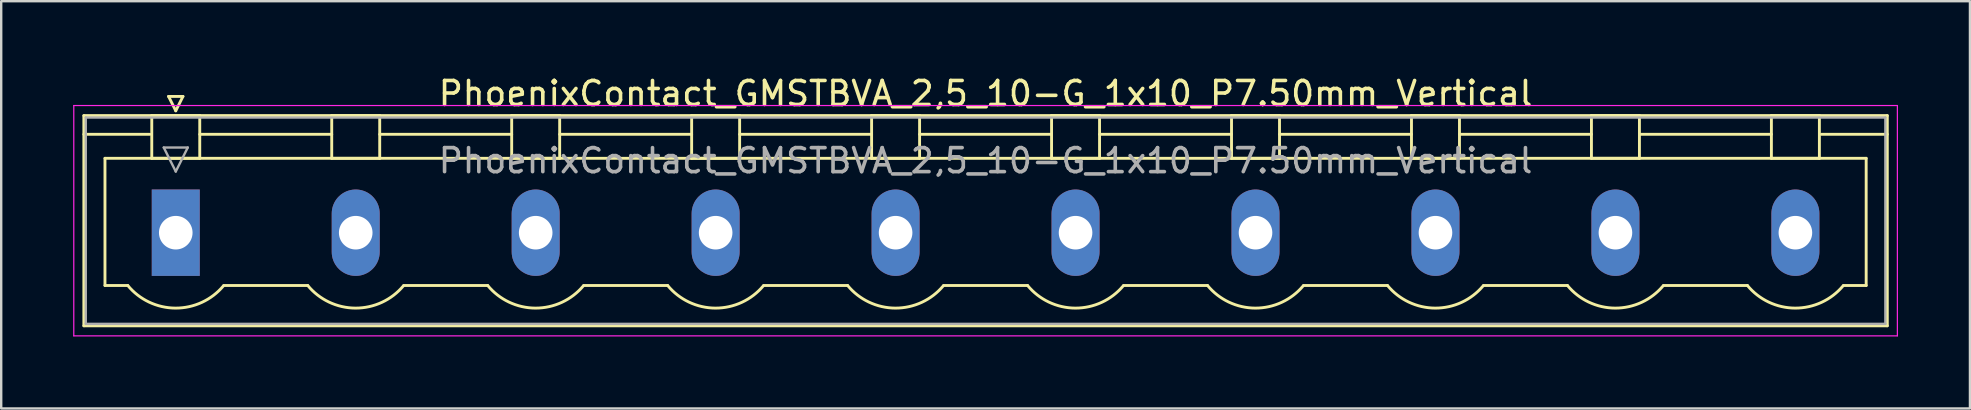
<source format=kicad_pcb>
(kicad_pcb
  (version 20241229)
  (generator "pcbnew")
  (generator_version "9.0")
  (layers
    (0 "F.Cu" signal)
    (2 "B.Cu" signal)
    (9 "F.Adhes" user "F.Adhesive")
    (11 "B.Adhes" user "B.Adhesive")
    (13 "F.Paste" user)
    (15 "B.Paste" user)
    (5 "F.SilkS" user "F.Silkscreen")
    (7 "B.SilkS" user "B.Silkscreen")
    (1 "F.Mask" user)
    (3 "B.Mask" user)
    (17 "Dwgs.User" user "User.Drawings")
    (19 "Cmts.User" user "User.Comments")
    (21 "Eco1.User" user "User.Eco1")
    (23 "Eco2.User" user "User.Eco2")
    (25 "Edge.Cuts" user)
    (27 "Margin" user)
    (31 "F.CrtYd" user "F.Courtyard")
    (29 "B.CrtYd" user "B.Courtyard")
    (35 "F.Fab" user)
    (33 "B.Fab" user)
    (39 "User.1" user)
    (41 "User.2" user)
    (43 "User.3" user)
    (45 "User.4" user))
  (footprint "PhoenixContact_GMSTBVA_2,5_10-G_1x10_P7.50mm_Vertical"
    (layer "F.Cu")
    (at 4.275 6.648)
    (property "Reference" "PhoenixContact_GMSTBVA_2,5_10-G_1x10_P7.50mm_Vertical" (at 33.75 -5.8 0) (layer "F.SilkS") (effects (font (size 1 1) (thickness 0.15))))
    (attr through_hole)
    (fp_line (start -3.83 -4.88) (end -3.83 3.88) (stroke (width 0.12) (type solid)) (layer "F.SilkS"))
    (fp_line (start -3.83 -4.1) (end -1.08 -4.1) (stroke (width 0.12) (type solid)) (layer "F.SilkS"))
    (fp_line (start -3.83 3.88) (end 71.33 3.88) (stroke (width 0.12) (type solid)) (layer "F.SilkS"))
    (fp_line (start -2.95 -3.1) (end 70.45 -3.1) (stroke (width 0.12) (type solid)) (layer "F.SilkS"))
    (fp_line (start -2.95 2.2) (end -2.95 -3.1) (stroke (width 0.12) (type solid)) (layer "F.SilkS"))
    (fp_line (start -2 2.2) (end -2.95 2.2) (stroke (width 0.12) (type solid)) (layer "F.SilkS"))
    (fp_line (start -1 -4.88) (end 1 -4.88) (stroke (width 0.12) (type solid)) (layer "F.SilkS"))
    (fp_line (start -1 -3.1) (end -1 -4.88) (stroke (width 0.12) (type solid)) (layer "F.SilkS"))
    (fp_line (start -0.3 -5.68) (end 0.3 -5.68) (stroke (width 0.12) (type solid)) (layer "F.SilkS"))
    (fp_line (start 0 -5.08) (end -0.3 -5.68) (stroke (width 0.12) (type solid)) (layer "F.SilkS"))
    (fp_line (start 0.3 -5.68) (end 0 -5.08) (stroke (width 0.12) (type solid)) (layer "F.SilkS"))
    (fp_line (start 1 -4.88) (end 1 -3.1) (stroke (width 0.12) (type solid)) (layer "F.SilkS"))
    (fp_line (start 1 -4.1) (end 6.5 -4.1) (stroke (width 0.12) (type solid)) (layer "F.SilkS"))
    (fp_line (start 1 -3.1) (end -1 -3.1) (stroke (width 0.12) (type solid)) (layer "F.SilkS"))
    (fp_line (start 2 2.2) (end 5.5 2.2) (stroke (width 0.12) (type solid)) (layer "F.SilkS"))
    (fp_line (start 6.5 -4.88) (end 8.5 -4.88) (stroke (width 0.12) (type solid)) (layer "F.SilkS"))
    (fp_line (start 6.5 -3.1) (end 6.5 -4.88) (stroke (width 0.12) (type solid)) (layer "F.SilkS"))
    (fp_line (start 8.5 -4.88) (end 8.5 -3.1) (stroke (width 0.12) (type solid)) (layer "F.SilkS"))
    (fp_line (start 8.5 -4.1) (end 14 -4.1) (stroke (width 0.12) (type solid)) (layer "F.SilkS"))
    (fp_line (start 8.5 -3.1) (end 6.5 -3.1) (stroke (width 0.12) (type solid)) (layer "F.SilkS"))
    (fp_line (start 9.5 2.2) (end 13 2.2) (stroke (width 0.12) (type solid)) (layer "F.SilkS"))
    (fp_line (start 14 -4.88) (end 16 -4.88) (stroke (width 0.12) (type solid)) (layer "F.SilkS"))
    (fp_line (start 14 -3.1) (end 14 -4.88) (stroke (width 0.12) (type solid)) (layer "F.SilkS"))
    (fp_line (start 16 -4.88) (end 16 -3.1) (stroke (width 0.12) (type solid)) (layer "F.SilkS"))
    (fp_line (start 16 -4.1) (end 21.5 -4.1) (stroke (width 0.12) (type solid)) (layer "F.SilkS"))
    (fp_line (start 16 -3.1) (end 14 -3.1) (stroke (width 0.12) (type solid)) (layer "F.SilkS"))
    (fp_line (start 17 2.2) (end 20.5 2.2) (stroke (width 0.12) (type solid)) (layer "F.SilkS"))
    (fp_line (start 21.5 -4.88) (end 23.5 -4.88) (stroke (width 0.12) (type solid)) (layer "F.SilkS"))
    (fp_line (start 21.5 -3.1) (end 21.5 -4.88) (stroke (width 0.12) (type solid)) (layer "F.SilkS"))
    (fp_line (start 23.5 -4.88) (end 23.5 -3.1) (stroke (width 0.12) (type solid)) (layer "F.SilkS"))
    (fp_line (start 23.5 -4.1) (end 29 -4.1) (stroke (width 0.12) (type solid)) (layer "F.SilkS"))
    (fp_line (start 23.5 -3.1) (end 21.5 -3.1) (stroke (width 0.12) (type solid)) (layer "F.SilkS"))
    (fp_line (start 24.5 2.2) (end 28 2.2) (stroke (width 0.12) (type solid)) (layer "F.SilkS"))
    (fp_line (start 29 -4.88) (end 31 -4.88) (stroke (width 0.12) (type solid)) (layer "F.SilkS"))
    (fp_line (start 29 -3.1) (end 29 -4.88) (stroke (width 0.12) (type solid)) (layer "F.SilkS"))
    (fp_line (start 31 -4.88) (end 31 -3.1) (stroke (width 0.12) (type solid)) (layer "F.SilkS"))
    (fp_line (start 31 -4.1) (end 36.5 -4.1) (stroke (width 0.12) (type solid)) (layer "F.SilkS"))
    (fp_line (start 31 -3.1) (end 29 -3.1) (stroke (width 0.12) (type solid)) (layer "F.SilkS"))
    (fp_line (start 32 2.2) (end 35.5 2.2) (stroke (width 0.12) (type solid)) (layer "F.SilkS"))
    (fp_line (start 36.5 -4.88) (end 38.5 -4.88) (stroke (width 0.12) (type solid)) (layer "F.SilkS"))
    (fp_line (start 36.5 -3.1) (end 36.5 -4.88) (stroke (width 0.12) (type solid)) (layer "F.SilkS"))
    (fp_line (start 38.5 -4.88) (end 38.5 -3.1) (stroke (width 0.12) (type solid)) (layer "F.SilkS"))
    (fp_line (start 38.5 -4.1) (end 44 -4.1) (stroke (width 0.12) (type solid)) (layer "F.SilkS"))
    (fp_line (start 38.5 -3.1) (end 36.5 -3.1) (stroke (width 0.12) (type solid)) (layer "F.SilkS"))
    (fp_line (start 39.5 2.2) (end 43 2.2) (stroke (width 0.12) (type solid)) (layer "F.SilkS"))
    (fp_line (start 44 -4.88) (end 46 -4.88) (stroke (width 0.12) (type solid)) (layer "F.SilkS"))
    (fp_line (start 44 -3.1) (end 44 -4.88) (stroke (width 0.12) (type solid)) (layer "F.SilkS"))
    (fp_line (start 46 -4.88) (end 46 -3.1) (stroke (width 0.12) (type solid)) (layer "F.SilkS"))
    (fp_line (start 46 -4.1) (end 51.5 -4.1) (stroke (width 0.12) (type solid)) (layer "F.SilkS"))
    (fp_line (start 46 -3.1) (end 44 -3.1) (stroke (width 0.12) (type solid)) (layer "F.SilkS"))
    (fp_line (start 47 2.2) (end 50.5 2.2) (stroke (width 0.12) (type solid)) (layer "F.SilkS"))
    (fp_line (start 51.5 -4.88) (end 53.5 -4.88) (stroke (width 0.12) (type solid)) (layer "F.SilkS"))
    (fp_line (start 51.5 -3.1) (end 51.5 -4.88) (stroke (width 0.12) (type solid)) (layer "F.SilkS"))
    (fp_line (start 53.5 -4.88) (end 53.5 -3.1) (stroke (width 0.12) (type solid)) (layer "F.SilkS"))
    (fp_line (start 53.5 -4.1) (end 59 -4.1) (stroke (width 0.12) (type solid)) (layer "F.SilkS"))
    (fp_line (start 53.5 -3.1) (end 51.5 -3.1) (stroke (width 0.12) (type solid)) (layer "F.SilkS"))
    (fp_line (start 54.5 2.2) (end 58 2.2) (stroke (width 0.12) (type solid)) (layer "F.SilkS"))
    (fp_line (start 59 -4.88) (end 61 -4.88) (stroke (width 0.12) (type solid)) (layer "F.SilkS"))
    (fp_line (start 59 -3.1) (end 59 -4.88) (stroke (width 0.12) (type solid)) (layer "F.SilkS"))
    (fp_line (start 61 -4.88) (end 61 -3.1) (stroke (width 0.12) (type solid)) (layer "F.SilkS"))
    (fp_line (start 61 -4.1) (end 66.5 -4.1) (stroke (width 0.12) (type solid)) (layer "F.SilkS"))
    (fp_line (start 61 -3.1) (end 59 -3.1) (stroke (width 0.12) (type solid)) (layer "F.SilkS"))
    (fp_line (start 62 2.2) (end 65.5 2.2) (stroke (width 0.12) (type solid)) (layer "F.SilkS"))
    (fp_line (start 66.5 -4.88) (end 68.5 -4.88) (stroke (width 0.12) (type solid)) (layer "F.SilkS"))
    (fp_line (start 66.5 -3.1) (end 66.5 -4.88) (stroke (width 0.12) (type solid)) (layer "F.SilkS"))
    (fp_line (start 68.5 -4.88) (end 68.5 -3.1) (stroke (width 0.12) (type solid)) (layer "F.SilkS"))
    (fp_line (start 68.5 -3.1) (end 66.5 -3.1) (stroke (width 0.12) (type solid)) (layer "F.SilkS"))
    (fp_line (start 70.45 -3.1) (end 70.45 2.2) (stroke (width 0.12) (type solid)) (layer "F.SilkS"))
    (fp_line (start 70.45 2.2) (end 69.5 2.2) (stroke (width 0.12) (type solid)) (layer "F.SilkS"))
    (fp_line (start 71.33 -4.88) (end -3.83 -4.88) (stroke (width 0.12) (type solid)) (layer "F.SilkS"))
    (fp_line (start 71.33 -4.1) (end 68.58 -4.1) (stroke (width 0.12) (type solid)) (layer "F.SilkS"))
    (fp_line (start 71.33 3.88) (end 71.33 -4.88) (stroke (width 0.12) (type solid)) (layer "F.SilkS"))
    (fp_arc (start 1.986842 2.215821) (mid -0.010289 3.142758) (end -2 2.2) (stroke (width 0.12) (type solid)) (layer "F.SilkS"))
    (fp_arc (start 9.486842 2.215821) (mid 7.489711 3.142758) (end 5.5 2.2) (stroke (width 0.12) (type solid)) (layer "F.SilkS"))
    (fp_arc (start 16.986842 2.215821) (mid 14.989711 3.142758) (end 13 2.2) (stroke (width 0.12) (type solid)) (layer "F.SilkS"))
    (fp_arc (start 24.486842 2.215821) (mid 22.489711 3.142758) (end 20.5 2.2) (stroke (width 0.12) (type solid)) (layer "F.SilkS"))
    (fp_arc (start 31.986842 2.215821) (mid 29.989711 3.142758) (end 28 2.2) (stroke (width 0.12) (type solid)) (layer "F.SilkS"))
    (fp_arc (start 39.486842 2.215821) (mid 37.489711 3.142758) (end 35.5 2.2) (stroke (width 0.12) (type solid)) (layer "F.SilkS"))
    (fp_arc (start 46.986842 2.215821) (mid 44.989711 3.142758) (end 43 2.2) (stroke (width 0.12) (type solid)) (layer "F.SilkS"))
    (fp_arc (start 54.486842 2.215821) (mid 52.489711 3.142758) (end 50.5 2.2) (stroke (width 0.12) (type solid)) (layer "F.SilkS"))
    (fp_arc (start 61.986842 2.215821) (mid 59.989711 3.142758) (end 58 2.2) (stroke (width 0.12) (type solid)) (layer "F.SilkS"))
    (fp_arc (start 69.486842 2.215821) (mid 67.489711 3.142758) (end 65.5 2.2) (stroke (width 0.12) (type solid)) (layer "F.SilkS"))
    (fp_line (start -4.25 -5.3) (end -4.25 4.3) (stroke (width 0.05) (type solid)) (layer "F.CrtYd"))
    (fp_line (start -4.25 4.3) (end 71.75 4.3) (stroke (width 0.05) (type solid)) (layer "F.CrtYd"))
    (fp_line (start 71.75 -5.3) (end -4.25 -5.3) (stroke (width 0.05) (type solid)) (layer "F.CrtYd"))
    (fp_line (start 71.75 4.3) (end 71.75 -5.3) (stroke (width 0.05) (type solid)) (layer "F.CrtYd"))
    (fp_line (start -3.75 -4.8) (end -3.75 3.8) (stroke (width 0.1) (type solid)) (layer "F.Fab"))
    (fp_line (start -3.75 3.8) (end 71.25 3.8) (stroke (width 0.1) (type solid)) (layer "F.Fab"))
    (fp_line (start -0.5 -3.55) (end 0.5 -3.55) (stroke (width 0.1) (type solid)) (layer "F.Fab"))
    (fp_line (start 0 -2.55) (end -0.5 -3.55) (stroke (width 0.1) (type solid)) (layer "F.Fab"))
    (fp_line (start 0.5 -3.55) (end 0 -2.55) (stroke (width 0.1) (type solid)) (layer "F.Fab"))
    (fp_line (start 71.25 -4.8) (end -3.75 -4.8) (stroke (width 0.1) (type solid)) (layer "F.Fab"))
    (fp_line (start 71.25 3.8) (end 71.25 -4.8) (stroke (width 0.1) (type solid)) (layer "F.Fab"))
    (fp_text user "${REFERENCE}" (at 33.75 -3 0) (layer "F.Fab") (effects (font (size 1 1) (thickness 0.15))))
    (pad "1" thru_hole rect (at 0 0) (size 2 3.6) (drill 1.4) (layers "*.Cu" "*.Mask"))
    (pad "2" thru_hole oval (at 7.5 0) (size 2 3.6) (drill 1.4) (layers "*.Cu" "*.Mask"))
    (pad "3" thru_hole oval (at 15 0) (size 2 3.6) (drill 1.4) (layers "*.Cu" "*.Mask"))
    (pad "4" thru_hole oval (at 22.5 0) (size 2 3.6) (drill 1.4) (layers "*.Cu" "*.Mask"))
    (pad "5" thru_hole oval (at 30 0) (size 2 3.6) (drill 1.4) (layers "*.Cu" "*.Mask"))
    (pad "6" thru_hole oval (at 37.5 0) (size 2 3.6) (drill 1.4) (layers "*.Cu" "*.Mask"))
    (pad "7" thru_hole oval (at 45 0) (size 2 3.6) (drill 1.4) (layers "*.Cu" "*.Mask"))
    (pad "8" thru_hole oval (at 52.5 0) (size 2 3.6) (drill 1.4) (layers "*.Cu" "*.Mask"))
    (pad "9" thru_hole oval (at 60 0) (size 2 3.6) (drill 1.4) (layers "*.Cu" "*.Mask"))
    (pad "10" thru_hole oval (at 67.5 0) (size 2 3.6) (drill 1.4) (layers "*.Cu" "*.Mask")))
  (gr_rect
    (start -3 -3)
    (end 79.05 13.973)
    (stroke (width 0.1) (type default))
    (fill no)
    (layer "Edge.Cuts")))
</source>
